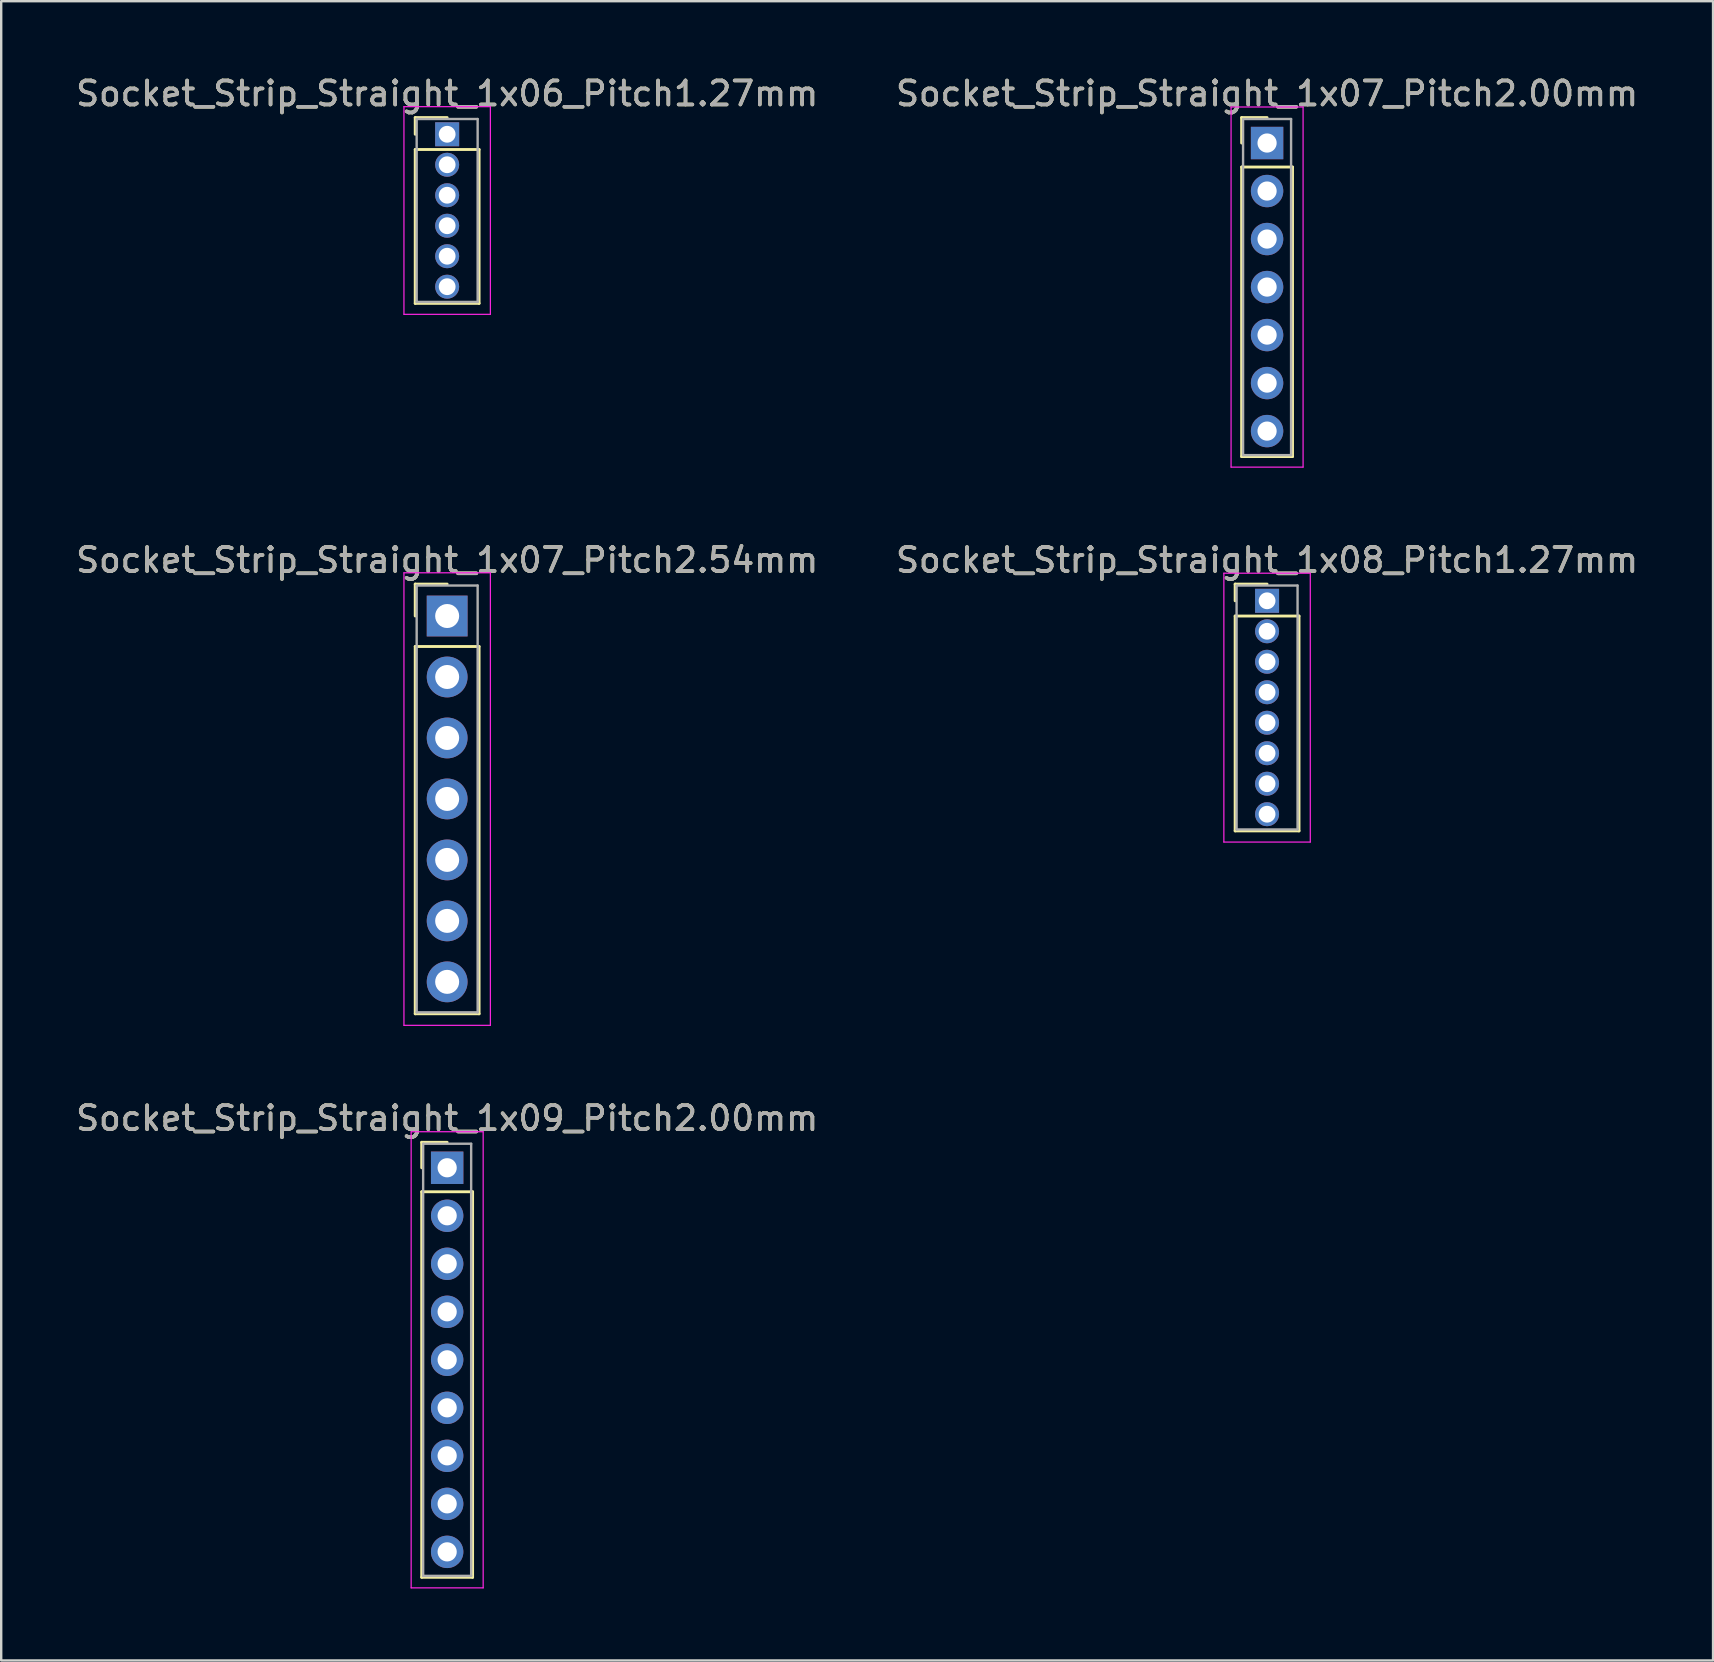
<source format=kicad_pcb>
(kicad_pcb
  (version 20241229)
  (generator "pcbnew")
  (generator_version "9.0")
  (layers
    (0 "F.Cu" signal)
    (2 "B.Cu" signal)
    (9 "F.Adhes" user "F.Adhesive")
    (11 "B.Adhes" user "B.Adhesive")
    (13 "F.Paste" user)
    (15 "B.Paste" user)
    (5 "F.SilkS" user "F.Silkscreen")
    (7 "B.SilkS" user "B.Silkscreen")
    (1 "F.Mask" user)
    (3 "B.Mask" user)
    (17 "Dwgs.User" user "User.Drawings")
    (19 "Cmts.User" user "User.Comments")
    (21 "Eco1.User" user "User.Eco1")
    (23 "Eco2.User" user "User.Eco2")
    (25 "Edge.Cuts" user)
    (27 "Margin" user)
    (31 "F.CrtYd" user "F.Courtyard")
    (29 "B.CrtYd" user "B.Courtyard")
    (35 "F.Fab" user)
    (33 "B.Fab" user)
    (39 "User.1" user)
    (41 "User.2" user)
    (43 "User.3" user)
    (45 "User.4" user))
  (footprint "Socket_Strip_Straight_1x08_Pitch1.27mm"
    (layer "F.Cu")
    (at 49.732 21.977)
    (property "Reference" "Socket_Strip_Straight_1x08_Pitch1.27mm" (at 0 -1.695 0) (layer "F.SilkS") (effects (font (size 1 1) (thickness 0.15))))
    (attr through_hole)
    (fp_line (start -1.33 -0.695) (end 0 -0.695) (stroke (width 0.12) (type solid)) (layer "F.SilkS"))
    (fp_line (start -1.33 0) (end -1.33 -0.695) (stroke (width 0.12) (type solid)) (layer "F.SilkS"))
    (fp_line (start -1.33 0.635) (end -1.33 9.585) (stroke (width 0.12) (type solid)) (layer "F.SilkS"))
    (fp_line (start -1.33 9.585) (end 1.33 9.585) (stroke (width 0.12) (type solid)) (layer "F.SilkS"))
    (fp_line (start 1.33 0.635) (end -1.33 0.635) (stroke (width 0.12) (type solid)) (layer "F.SilkS"))
    (fp_line (start 1.33 9.585) (end 1.33 0.635) (stroke (width 0.12) (type solid)) (layer "F.SilkS"))
    (fp_line (start -1.8 -1.15) (end -1.8 10.05) (stroke (width 0.05) (type solid)) (layer "F.CrtYd"))
    (fp_line (start -1.8 10.05) (end 1.8 10.05) (stroke (width 0.05) (type solid)) (layer "F.CrtYd"))
    (fp_line (start 1.8 -1.15) (end -1.8 -1.15) (stroke (width 0.05) (type solid)) (layer "F.CrtYd"))
    (fp_line (start 1.8 10.05) (end 1.8 -1.15) (stroke (width 0.05) (type solid)) (layer "F.CrtYd"))
    (fp_line (start -1.27 -0.635) (end -1.27 9.525) (stroke (width 0.1) (type solid)) (layer "F.Fab"))
    (fp_line (start -1.27 9.525) (end 1.27 9.525) (stroke (width 0.1) (type solid)) (layer "F.Fab"))
    (fp_line (start 1.27 -0.635) (end -1.27 -0.635) (stroke (width 0.1) (type solid)) (layer "F.Fab"))
    (fp_line (start 1.27 9.525) (end 1.27 -0.635) (stroke (width 0.1) (type solid)) (layer "F.Fab"))
    (fp_text user "${REFERENCE}" (at 0 -1.695 0) (layer "F.Fab") (effects (font (size 1 1) (thickness 0.15))))
    (pad "1" thru_hole rect (at 0 0) (size 1 1) (drill 0.7) (layers "*.Cu" "*.Mask"))
    (pad "2" thru_hole oval (at 0 1.27) (size 1 1) (drill 0.7) (layers "*.Cu" "*.Mask"))
    (pad "3" thru_hole oval (at 0 2.54) (size 1 1) (drill 0.7) (layers "*.Cu" "*.Mask"))
    (pad "4" thru_hole oval (at 0 3.81) (size 1 1) (drill 0.7) (layers "*.Cu" "*.Mask"))
    (pad "5" thru_hole oval (at 0 5.08) (size 1 1) (drill 0.7) (layers "*.Cu" "*.Mask"))
    (pad "6" thru_hole oval (at 0 6.35) (size 1 1) (drill 0.7) (layers "*.Cu" "*.Mask"))
    (pad "7" thru_hole oval (at 0 7.62) (size 1 1) (drill 0.7) (layers "*.Cu" "*.Mask"))
    (pad "8" thru_hole oval (at 0 8.89) (size 1 1) (drill 0.7) (layers "*.Cu" "*.Mask")))
  (footprint "Socket_Strip_Straight_1x09_Pitch2.00mm"
    (layer "F.Cu")
    (at 15.577 45.595)
    (property "Reference" "Socket_Strip_Straight_1x09_Pitch2.00mm" (at 0 -2.06 0) (layer "F.SilkS") (effects (font (size 1 1) (thickness 0.15))))
    (attr through_hole)
    (fp_line (start -1.06 -1.06) (end 0 -1.06) (stroke (width 0.12) (type solid)) (layer "F.SilkS"))
    (fp_line (start -1.06 0) (end -1.06 -1.06) (stroke (width 0.12) (type solid)) (layer "F.SilkS"))
    (fp_line (start -1.06 1) (end -1.06 17.06) (stroke (width 0.12) (type solid)) (layer "F.SilkS"))
    (fp_line (start -1.06 17.06) (end 1.06 17.06) (stroke (width 0.12) (type solid)) (layer "F.SilkS"))
    (fp_line (start 1.06 1) (end -1.06 1) (stroke (width 0.12) (type solid)) (layer "F.SilkS"))
    (fp_line (start 1.06 17.06) (end 1.06 1) (stroke (width 0.12) (type solid)) (layer "F.SilkS"))
    (fp_line (start -1.5 -1.5) (end -1.5 17.5) (stroke (width 0.05) (type solid)) (layer "F.CrtYd"))
    (fp_line (start -1.5 17.5) (end 1.5 17.5) (stroke (width 0.05) (type solid)) (layer "F.CrtYd"))
    (fp_line (start 1.5 -1.5) (end -1.5 -1.5) (stroke (width 0.05) (type solid)) (layer "F.CrtYd"))
    (fp_line (start 1.5 17.5) (end 1.5 -1.5) (stroke (width 0.05) (type solid)) (layer "F.CrtYd"))
    (fp_line (start -1 -1) (end -1 17) (stroke (width 0.1) (type solid)) (layer "F.Fab"))
    (fp_line (start -1 17) (end 1 17) (stroke (width 0.1) (type solid)) (layer "F.Fab"))
    (fp_line (start 1 -1) (end -1 -1) (stroke (width 0.1) (type solid)) (layer "F.Fab"))
    (fp_line (start 1 17) (end 1 -1) (stroke (width 0.1) (type solid)) (layer "F.Fab"))
    (fp_text user "${REFERENCE}" (at 0 -2.06 0) (layer "F.Fab") (effects (font (size 1 1) (thickness 0.15))))
    (pad "1" thru_hole rect (at 0 0) (size 1.35 1.35) (drill 0.8) (layers "*.Cu" "*.Mask"))
    (pad "2" thru_hole oval (at 0 2) (size 1.35 1.35) (drill 0.8) (layers "*.Cu" "*.Mask"))
    (pad "3" thru_hole oval (at 0 4) (size 1.35 1.35) (drill 0.8) (layers "*.Cu" "*.Mask"))
    (pad "4" thru_hole oval (at 0 6) (size 1.35 1.35) (drill 0.8) (layers "*.Cu" "*.Mask"))
    (pad "5" thru_hole oval (at 0 8) (size 1.35 1.35) (drill 0.8) (layers "*.Cu" "*.Mask"))
    (pad "6" thru_hole oval (at 0 10) (size 1.35 1.35) (drill 0.8) (layers "*.Cu" "*.Mask"))
    (pad "7" thru_hole oval (at 0 12) (size 1.35 1.35) (drill 0.8) (layers "*.Cu" "*.Mask"))
    (pad "8" thru_hole oval (at 0 14) (size 1.35 1.35) (drill 0.8) (layers "*.Cu" "*.Mask"))
    (pad "9" thru_hole oval (at 0 16) (size 1.35 1.35) (drill 0.8) (layers "*.Cu" "*.Mask")))
  (footprint "Socket_Strip_Straight_1x07_Pitch2.00mm"
    (layer "F.Cu")
    (at 49.732 2.908)
    (property "Reference" "Socket_Strip_Straight_1x07_Pitch2.00mm" (at 0 -2.06 0) (layer "F.SilkS") (effects (font (size 1 1) (thickness 0.15))))
    (attr through_hole)
    (fp_line (start -1.06 -1.06) (end 0 -1.06) (stroke (width 0.12) (type solid)) (layer "F.SilkS"))
    (fp_line (start -1.06 0) (end -1.06 -1.06) (stroke (width 0.12) (type solid)) (layer "F.SilkS"))
    (fp_line (start -1.06 1) (end -1.06 13.06) (stroke (width 0.12) (type solid)) (layer "F.SilkS"))
    (fp_line (start -1.06 13.06) (end 1.06 13.06) (stroke (width 0.12) (type solid)) (layer "F.SilkS"))
    (fp_line (start 1.06 1) (end -1.06 1) (stroke (width 0.12) (type solid)) (layer "F.SilkS"))
    (fp_line (start 1.06 13.06) (end 1.06 1) (stroke (width 0.12) (type solid)) (layer "F.SilkS"))
    (fp_line (start -1.5 -1.5) (end -1.5 13.5) (stroke (width 0.05) (type solid)) (layer "F.CrtYd"))
    (fp_line (start -1.5 13.5) (end 1.5 13.5) (stroke (width 0.05) (type solid)) (layer "F.CrtYd"))
    (fp_line (start 1.5 -1.5) (end -1.5 -1.5) (stroke (width 0.05) (type solid)) (layer "F.CrtYd"))
    (fp_line (start 1.5 13.5) (end 1.5 -1.5) (stroke (width 0.05) (type solid)) (layer "F.CrtYd"))
    (fp_line (start -1 -1) (end -1 13) (stroke (width 0.1) (type solid)) (layer "F.Fab"))
    (fp_line (start -1 13) (end 1 13) (stroke (width 0.1) (type solid)) (layer "F.Fab"))
    (fp_line (start 1 -1) (end -1 -1) (stroke (width 0.1) (type solid)) (layer "F.Fab"))
    (fp_line (start 1 13) (end 1 -1) (stroke (width 0.1) (type solid)) (layer "F.Fab"))
    (fp_text user "${REFERENCE}" (at 0 -2.06 0) (layer "F.Fab") (effects (font (size 1 1) (thickness 0.15))))
    (pad "1" thru_hole rect (at 0 0) (size 1.35 1.35) (drill 0.8) (layers "*.Cu" "*.Mask"))
    (pad "2" thru_hole oval (at 0 2) (size 1.35 1.35) (drill 0.8) (layers "*.Cu" "*.Mask"))
    (pad "3" thru_hole oval (at 0 4) (size 1.35 1.35) (drill 0.8) (layers "*.Cu" "*.Mask"))
    (pad "4" thru_hole oval (at 0 6) (size 1.35 1.35) (drill 0.8) (layers "*.Cu" "*.Mask"))
    (pad "5" thru_hole oval (at 0 8) (size 1.35 1.35) (drill 0.8) (layers "*.Cu" "*.Mask"))
    (pad "6" thru_hole oval (at 0 10) (size 1.35 1.35) (drill 0.8) (layers "*.Cu" "*.Mask"))
    (pad "7" thru_hole oval (at 0 12) (size 1.35 1.35) (drill 0.8) (layers "*.Cu" "*.Mask")))
  (footprint "Socket_Strip_Straight_1x07_Pitch2.54mm"
    (layer "F.Cu")
    (at 15.577 22.611)
    (property "Reference" "Socket_Strip_Straight_1x07_Pitch2.54mm" (at 0 -2.33 0) (layer "F.SilkS") (effects (font (size 1 1) (thickness 0.15))))
    (attr through_hole)
    (fp_line (start -1.33 -1.33) (end 0 -1.33) (stroke (width 0.12) (type solid)) (layer "F.SilkS"))
    (fp_line (start -1.33 0) (end -1.33 -1.33) (stroke (width 0.12) (type solid)) (layer "F.SilkS"))
    (fp_line (start -1.33 1.27) (end -1.33 16.57) (stroke (width 0.12) (type solid)) (layer "F.SilkS"))
    (fp_line (start -1.33 16.57) (end 1.33 16.57) (stroke (width 0.12) (type solid)) (layer "F.SilkS"))
    (fp_line (start 1.33 1.27) (end -1.33 1.27) (stroke (width 0.12) (type solid)) (layer "F.SilkS"))
    (fp_line (start 1.33 16.57) (end 1.33 1.27) (stroke (width 0.12) (type solid)) (layer "F.SilkS"))
    (fp_line (start -1.8 -1.8) (end -1.8 17.05) (stroke (width 0.05) (type solid)) (layer "F.CrtYd"))
    (fp_line (start -1.8 17.05) (end 1.8 17.05) (stroke (width 0.05) (type solid)) (layer "F.CrtYd"))
    (fp_line (start 1.8 -1.8) (end -1.8 -1.8) (stroke (width 0.05) (type solid)) (layer "F.CrtYd"))
    (fp_line (start 1.8 17.05) (end 1.8 -1.8) (stroke (width 0.05) (type solid)) (layer "F.CrtYd"))
    (fp_line (start -1.27 -1.27) (end -1.27 16.51) (stroke (width 0.1) (type solid)) (layer "F.Fab"))
    (fp_line (start -1.27 16.51) (end 1.27 16.51) (stroke (width 0.1) (type solid)) (layer "F.Fab"))
    (fp_line (start 1.27 -1.27) (end -1.27 -1.27) (stroke (width 0.1) (type solid)) (layer "F.Fab"))
    (fp_line (start 1.27 16.51) (end 1.27 -1.27) (stroke (width 0.1) (type solid)) (layer "F.Fab"))
    (fp_text user "${REFERENCE}" (at 0 -2.33 0) (layer "F.Fab") (effects (font (size 1 1) (thickness 0.15))))
    (pad "1" thru_hole rect (at 0 0) (size 1.7 1.7) (drill 1) (layers "*.Cu" "*.Mask"))
    (pad "2" thru_hole oval (at 0 2.54) (size 1.7 1.7) (drill 1) (layers "*.Cu" "*.Mask"))
    (pad "3" thru_hole oval (at 0 5.08) (size 1.7 1.7) (drill 1) (layers "*.Cu" "*.Mask"))
    (pad "4" thru_hole oval (at 0 7.62) (size 1.7 1.7) (drill 1) (layers "*.Cu" "*.Mask"))
    (pad "5" thru_hole oval (at 0 10.16) (size 1.7 1.7) (drill 1) (layers "*.Cu" "*.Mask"))
    (pad "6" thru_hole oval (at 0 12.7) (size 1.7 1.7) (drill 1) (layers "*.Cu" "*.Mask"))
    (pad "7" thru_hole oval (at 0 15.24) (size 1.7 1.7) (drill 1) (layers "*.Cu" "*.Mask")))
  (footprint "Socket_Strip_Straight_1x06_Pitch1.27mm"
    (layer "F.Cu")
    (at 15.577 2.543)
    (property "Reference" "Socket_Strip_Straight_1x06_Pitch1.27mm" (at 0 -1.695 0) (layer "F.SilkS") (effects (font (size 1 1) (thickness 0.15))))
    (attr through_hole)
    (fp_line (start -1.33 -0.695) (end 0 -0.695) (stroke (width 0.12) (type solid)) (layer "F.SilkS"))
    (fp_line (start -1.33 0) (end -1.33 -0.695) (stroke (width 0.12) (type solid)) (layer "F.SilkS"))
    (fp_line (start -1.33 0.635) (end -1.33 7.045) (stroke (width 0.12) (type solid)) (layer "F.SilkS"))
    (fp_line (start -1.33 7.045) (end 1.33 7.045) (stroke (width 0.12) (type solid)) (layer "F.SilkS"))
    (fp_line (start 1.33 0.635) (end -1.33 0.635) (stroke (width 0.12) (type solid)) (layer "F.SilkS"))
    (fp_line (start 1.33 7.045) (end 1.33 0.635) (stroke (width 0.12) (type solid)) (layer "F.SilkS"))
    (fp_line (start -1.8 -1.15) (end -1.8 7.5) (stroke (width 0.05) (type solid)) (layer "F.CrtYd"))
    (fp_line (start -1.8 7.5) (end 1.8 7.5) (stroke (width 0.05) (type solid)) (layer "F.CrtYd"))
    (fp_line (start 1.8 -1.15) (end -1.8 -1.15) (stroke (width 0.05) (type solid)) (layer "F.CrtYd"))
    (fp_line (start 1.8 7.5) (end 1.8 -1.15) (stroke (width 0.05) (type solid)) (layer "F.CrtYd"))
    (fp_line (start -1.27 -0.635) (end -1.27 6.985) (stroke (width 0.1) (type solid)) (layer "F.Fab"))
    (fp_line (start -1.27 6.985) (end 1.27 6.985) (stroke (width 0.1) (type solid)) (layer "F.Fab"))
    (fp_line (start 1.27 -0.635) (end -1.27 -0.635) (stroke (width 0.1) (type solid)) (layer "F.Fab"))
    (fp_line (start 1.27 6.985) (end 1.27 -0.635) (stroke (width 0.1) (type solid)) (layer "F.Fab"))
    (fp_text user "${REFERENCE}" (at 0 -1.695 0) (layer "F.Fab") (effects (font (size 1 1) (thickness 0.15))))
    (pad "1" thru_hole rect (at 0 0) (size 1 1) (drill 0.7) (layers "*.Cu" "*.Mask"))
    (pad "2" thru_hole oval (at 0 1.27) (size 1 1) (drill 0.7) (layers "*.Cu" "*.Mask"))
    (pad "3" thru_hole oval (at 0 2.54) (size 1 1) (drill 0.7) (layers "*.Cu" "*.Mask"))
    (pad "4" thru_hole oval (at 0 3.81) (size 1 1) (drill 0.7) (layers "*.Cu" "*.Mask"))
    (pad "5" thru_hole oval (at 0 5.08) (size 1 1) (drill 0.7) (layers "*.Cu" "*.Mask"))
    (pad "6" thru_hole oval (at 0 6.35) (size 1 1) (drill 0.7) (layers "*.Cu" "*.Mask")))
  (gr_rect
    (start -3 -3)
    (end 68.31 66.12)
    (stroke (width 0.1) (type default))
    (fill no)
    (layer "Edge.Cuts")))
</source>
